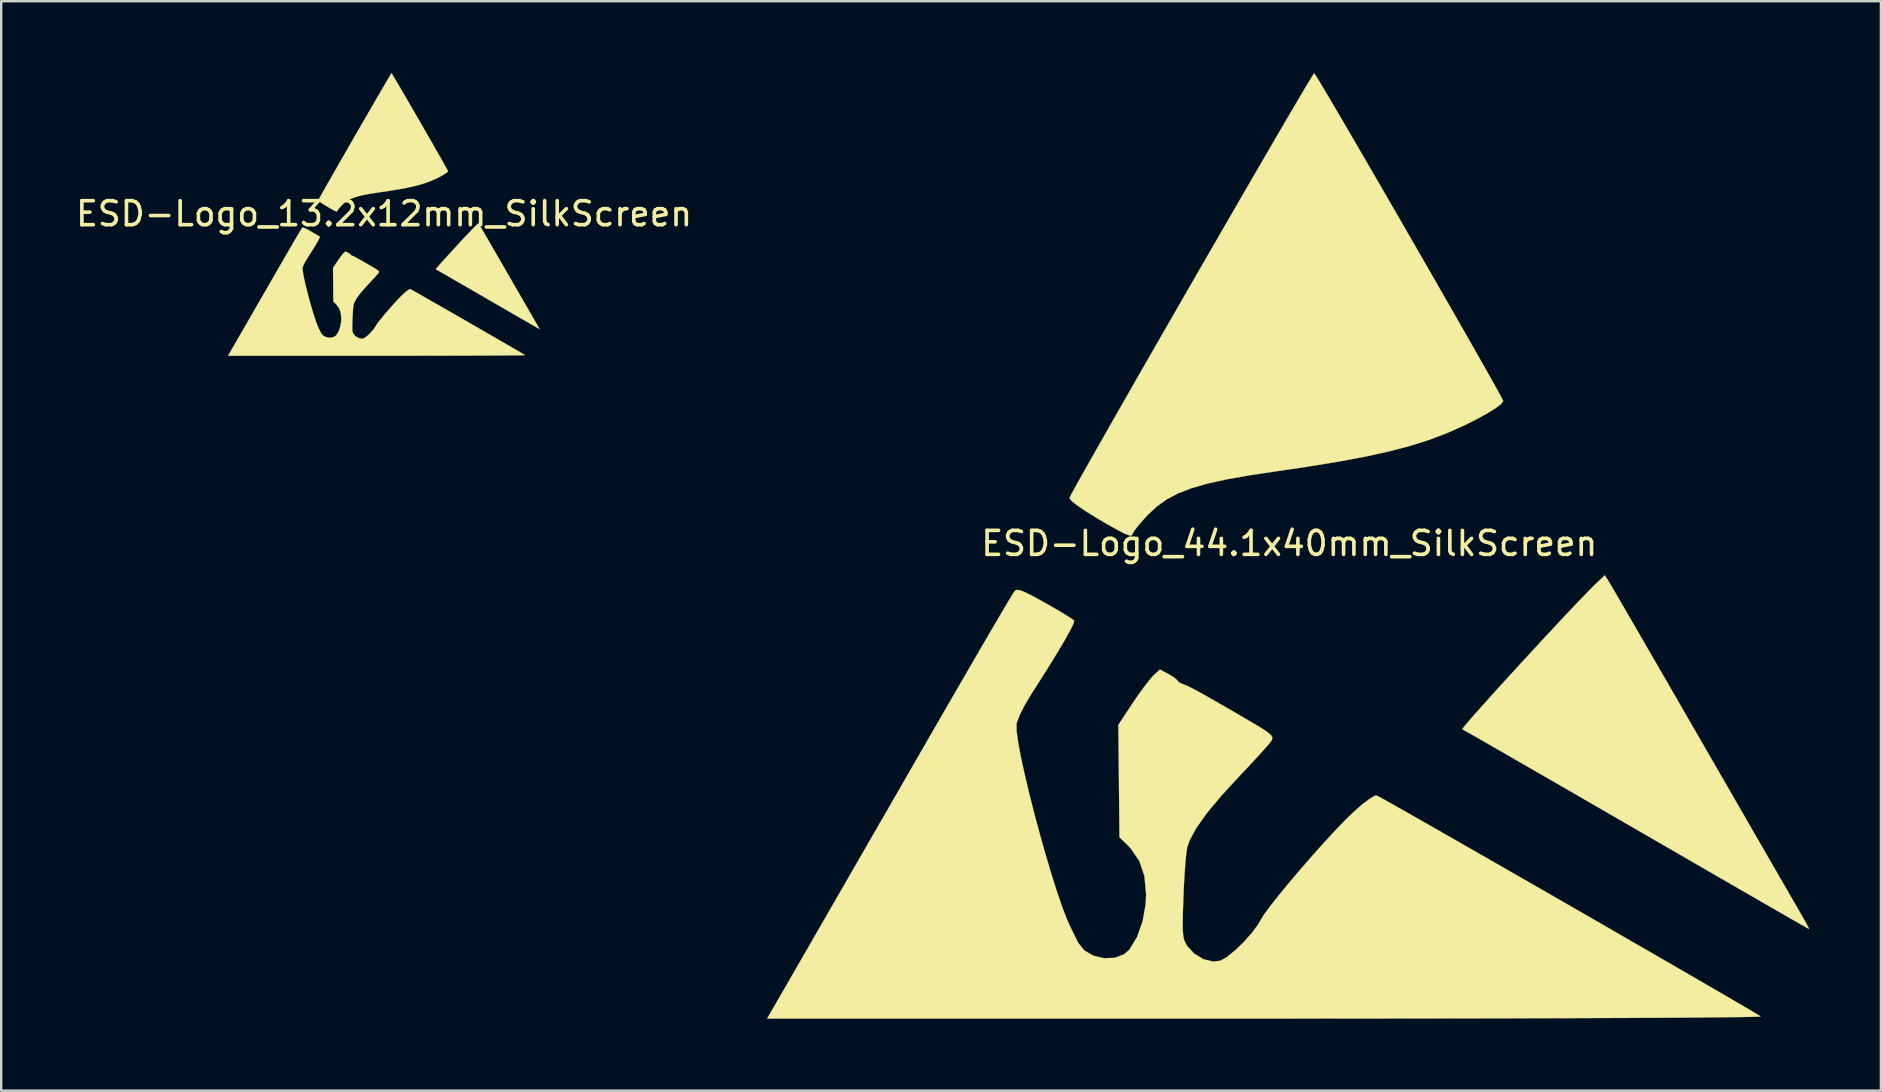
<source format=kicad_pcb>
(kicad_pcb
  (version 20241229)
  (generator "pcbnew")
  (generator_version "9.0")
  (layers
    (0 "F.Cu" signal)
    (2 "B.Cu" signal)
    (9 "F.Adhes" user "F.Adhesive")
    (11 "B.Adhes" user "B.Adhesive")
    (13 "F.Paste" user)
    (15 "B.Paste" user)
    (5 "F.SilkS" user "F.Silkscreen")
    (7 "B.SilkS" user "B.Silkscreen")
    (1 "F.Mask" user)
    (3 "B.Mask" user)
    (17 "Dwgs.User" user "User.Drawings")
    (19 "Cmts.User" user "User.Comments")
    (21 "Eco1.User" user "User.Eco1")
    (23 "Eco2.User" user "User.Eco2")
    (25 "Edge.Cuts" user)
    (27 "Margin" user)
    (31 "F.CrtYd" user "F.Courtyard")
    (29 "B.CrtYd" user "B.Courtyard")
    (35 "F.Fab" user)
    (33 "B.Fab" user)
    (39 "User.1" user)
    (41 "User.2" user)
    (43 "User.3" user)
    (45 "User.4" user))
  (footprint "ESD-Logo_13.2x12mm_SilkScreen"
    (layer "F.Cu")
    (at 12.958 5.859)
    (property "Reference" "ESD-Logo_13.2x12mm_SilkScreen" (at 0 0 0) (layer "F.SilkS") (effects (font (size 1 1) (thickness 0.15))))
    (attr board_only exclude_from_pos_files exclude_from_bom allow_missing_courtyard)
    (fp_poly (pts (xy 3.975 0.469) (xy 3.998 0.507) (xy 4.049 0.595) (xy 4.126 0.727) (xy 4.226 0.9) (xy 4.348 1.109) (xy 4.487 1.35) (xy 4.642 1.619) (xy 4.811 1.91) (xy 4.99 2.221) (xy 5.174 2.54) (xy 5.362 2.866) (xy 5.543 3.179) (xy 5.713 3.475) (xy 5.871 3.748) (xy 6.014 3.995) (xy 6.138 4.211) (xy 6.242 4.391) (xy 6.322 4.53) (xy 6.377 4.625) (xy 6.403 4.67) (xy 6.445 4.745) (xy 6.468 4.792) (xy 6.469 4.8) (xy 6.441 4.784) (xy 6.364 4.74) (xy 6.241 4.67) (xy 6.077 4.575) (xy 5.875 4.459) (xy 5.64 4.324) (xy 5.375 4.171) (xy 5.085 4.003) (xy 4.774 3.824) (xy 4.446 3.634) (xy 4.321 3.561) (xy 3.987 3.368) (xy 3.668 3.184) (xy 3.369 3.011) (xy 3.093 2.852) (xy 2.844 2.709) (xy 2.628 2.584) (xy 2.447 2.48) (xy 2.306 2.399) (xy 2.208 2.344) (xy 2.159 2.317) (xy 2.154 2.314) (xy 2.169 2.29) (xy 2.221 2.228) (xy 2.305 2.131) (xy 2.415 2.007) (xy 2.547 1.861) (xy 2.694 1.699) (xy 2.852 1.526) (xy 3.015 1.349) (xy 3.179 1.172) (xy 3.336 1.003) (xy 3.483 0.847) (xy 3.614 0.709) (xy 3.723 0.595) (xy 3.806 0.512) (xy 3.834 0.485) (xy 3.928 0.396) (xy 3.975 0.469)) (stroke (width 0.01) (type solid)) (fill yes) (layer "F.SilkS"))
    (fp_poly (pts (xy 0.328 -5.828) (xy 0.374 -5.754) (xy 0.445 -5.635) (xy 0.538 -5.478) (xy 0.65 -5.287) (xy 0.778 -5.067) (xy 0.92 -4.825) (xy 1.071 -4.563) (xy 1.231 -4.288) (xy 1.394 -4.005) (xy 1.56 -3.718) (xy 1.724 -3.433) (xy 1.884 -3.155) (xy 2.037 -2.888) (xy 2.179 -2.638) (xy 2.309 -2.411) (xy 2.423 -2.21) (xy 2.519 -2.04) (xy 2.592 -1.908) (xy 2.641 -1.818) (xy 2.663 -1.775) (xy 2.664 -1.773) (xy 2.637 -1.736) (xy 2.562 -1.68) (xy 2.448 -1.611) (xy 2.305 -1.532) (xy 2.154 -1.458) (xy 1.949 -1.368) (xy 1.734 -1.288) (xy 1.5 -1.214) (xy 1.241 -1.146) (xy 0.949 -1.082) (xy 0.617 -1.02) (xy 0.238 -0.958) (xy -0.155 -0.9) (xy -0.496 -0.848) (xy -0.783 -0.798) (xy -1.022 -0.745) (xy -1.221 -0.687) (xy -1.386 -0.623) (xy -1.526 -0.549) (xy -1.647 -0.463) (xy -1.756 -0.362) (xy -1.792 -0.325) (xy -1.868 -0.238) (xy -1.925 -0.167) (xy -1.951 -0.125) (xy -1.951 -0.121) (xy -1.961 -0.1) (xy -1.992 -0.1) (xy -2.053 -0.123) (xy -2.15 -0.173) (xy -2.289 -0.252) (xy -2.385 -0.309) (xy -2.529 -0.398) (xy -2.641 -0.473) (xy -2.713 -0.531) (xy -2.738 -0.565) (xy -2.738 -0.565) (xy -2.722 -0.598) (xy -2.678 -0.679) (xy -2.608 -0.805) (xy -2.515 -0.97) (xy -2.401 -1.172) (xy -2.269 -1.404) (xy -2.122 -1.663) (xy -1.961 -1.944) (xy -1.79 -2.243) (xy -1.61 -2.555) (xy -1.426 -2.877) (xy -1.238 -3.203) (xy -1.05 -3.529) (xy -0.864 -3.85) (xy -0.683 -4.163) (xy -0.51 -4.463) (xy -0.346 -4.745) (xy -0.195 -5.005) (xy -0.058 -5.238) (xy 0.06 -5.441) (xy 0.159 -5.608) (xy 0.235 -5.736) (xy 0.286 -5.819) (xy 0.309 -5.854) (xy 0.31 -5.854) (xy 0.328 -5.828)) (stroke (width 0.01) (type solid)) (fill yes) (layer "F.SilkS"))
    (fp_poly (pts (xy -3.356 0.582) (xy -3.291 0.607) (xy -3.192 0.657) (xy -3.049 0.736) (xy -3.038 0.742) (xy -2.907 0.817) (xy -2.796 0.883) (xy -2.717 0.932) (xy -2.68 0.96) (xy -2.679 0.961) (xy -2.688 0.999) (xy -2.729 1.083) (xy -2.8 1.21) (xy -2.897 1.374) (xy -3.019 1.57) (xy -3.162 1.795) (xy -3.197 1.85) (xy -3.29 2.003) (xy -3.357 2.135) (xy -3.394 2.234) (xy -3.397 2.253) (xy -3.396 2.339) (xy -3.377 2.474) (xy -3.344 2.652) (xy -3.299 2.862) (xy -3.243 3.096) (xy -3.18 3.345) (xy -3.112 3.601) (xy -3.04 3.855) (xy -2.968 4.098) (xy -2.898 4.322) (xy -2.831 4.518) (xy -2.771 4.676) (xy -2.729 4.77) (xy -2.679 4.87) (xy -2.633 4.966) (xy -2.63 4.972) (xy -2.553 5.068) (xy -2.44 5.134) (xy -2.308 5.165) (xy -2.175 5.16) (xy -2.058 5.116) (xy -1.991 5.059) (xy -1.896 4.901) (xy -1.827 4.705) (xy -1.788 4.49) (xy -1.783 4.368) (xy -1.805 4.14) (xy -1.869 3.951) (xy -1.979 3.793) (xy -2.013 3.757) (xy -2.115 3.658) (xy -2.129 2.259) (xy -1.95 1.989) (xy -1.867 1.867) (xy -1.786 1.757) (xy -1.72 1.675) (xy -1.692 1.644) (xy -1.611 1.57) (xy -1.503 1.628) (xy -1.434 1.67) (xy -1.396 1.703) (xy -1.394 1.709) (xy -1.368 1.733) (xy -1.324 1.752) (xy -1.282 1.769) (xy -1.217 1.8) (xy -1.123 1.85) (xy -0.996 1.921) (xy -0.83 2.016) (xy -0.619 2.139) (xy -0.504 2.206) (xy -0.369 2.286) (xy -0.28 2.343) (xy -0.23 2.384) (xy -0.211 2.415) (xy -0.215 2.443) (xy -0.218 2.45) (xy -0.249 2.491) (xy -0.316 2.567) (xy -0.41 2.671) (xy -0.524 2.794) (xy -0.623 2.898) (xy -0.85 3.145) (xy -1.028 3.359) (xy -1.158 3.542) (xy -1.241 3.697) (xy -1.27 3.776) (xy -1.281 3.844) (xy -1.293 3.962) (xy -1.305 4.114) (xy -1.314 4.288) (xy -1.319 4.399) (xy -1.325 4.589) (xy -1.328 4.728) (xy -1.326 4.827) (xy -1.32 4.896) (xy -1.307 4.945) (xy -1.287 4.987) (xy -1.272 5.012) (xy -1.183 5.109) (xy -1.069 5.177) (xy -0.949 5.207) (xy -0.858 5.196) (xy -0.777 5.15) (xy -0.675 5.067) (xy -0.566 4.962) (xy -0.465 4.849) (xy -0.387 4.743) (xy -0.358 4.692) (xy -0.315 4.622) (xy -0.236 4.515) (xy -0.13 4.38) (xy -0.002 4.224) (xy 0.139 4.058) (xy 0.288 3.887) (xy 0.435 3.722) (xy 0.575 3.571) (xy 0.7 3.441) (xy 0.799 3.345) (xy 0.908 3.25) (xy 0.999 3.18) (xy 1.064 3.142) (xy 1.085 3.138) (xy 1.118 3.155) (xy 1.199 3.2) (xy 1.325 3.27) (xy 1.49 3.364) (xy 1.691 3.478) (xy 1.921 3.609) (xy 2.176 3.755) (xy 2.452 3.914) (xy 2.744 4.081) (xy 3.048 4.255) (xy 3.358 4.433) (xy 3.669 4.613) (xy 3.978 4.79) (xy 4.279 4.964) (xy 4.568 5.131) (xy 4.839 5.288) (xy 5.089 5.433) (xy 5.313 5.562) (xy 5.505 5.674) (xy 5.662 5.766) (xy 5.777 5.834) (xy 5.848 5.877) (xy 5.868 5.89) (xy 5.841 5.893) (xy 5.754 5.895) (xy 5.611 5.898) (xy 5.415 5.9) (xy 5.169 5.902) (xy 4.875 5.904) (xy 4.536 5.906) (xy 4.156 5.908) (xy 3.736 5.91) (xy 3.281 5.911) (xy 2.792 5.913) (xy 2.274 5.914) (xy 1.728 5.915) (xy 1.157 5.916) (xy 0.565 5.916) (xy -0.046 5.916) (xy -0.302 5.916) (xy -6.502 5.916) (xy -6.06 5.15) (xy -5.966 4.987) (xy -5.846 4.778) (xy -5.702 4.53) (xy -5.54 4.248) (xy -5.363 3.941) (xy -5.176 3.615) (xy -4.981 3.278) (xy -4.784 2.935) (xy -4.588 2.595) (xy -4.538 2.509) (xy -4.358 2.196) (xy -4.185 1.898) (xy -4.024 1.619) (xy -3.876 1.365) (xy -3.745 1.139) (xy -3.632 0.946) (xy -3.54 0.79) (xy -3.473 0.677) (xy -3.432 0.609) (xy -3.42 0.592) (xy -3.396 0.578) (xy -3.356 0.582)) (stroke (width 0.01) (type solid)) (fill yes) (layer "F.SilkS")))
  (footprint "ESD-Logo_44.1x40mm_SilkScreen"
    (layer "F.Cu")
    (at 50.684 19.599)
    (property "Reference" "ESD-Logo_44.1x40mm_SilkScreen" (at 0 0 0) (layer "F.SilkS") (effects (font (size 1 1) (thickness 0.15))))
    (attr board_only exclude_from_pos_files exclude_from_bom allow_missing_courtyard)
    (fp_poly (pts (xy 13.304 1.571) (xy 13.38 1.698) (xy 13.552 1.991) (xy 13.809 2.434) (xy 14.145 3.013) (xy 14.551 3.713) (xy 15.018 4.52) (xy 15.537 5.418) (xy 16.101 6.394) (xy 16.7 7.432) (xy 17.317 8.501) (xy 17.947 9.593) (xy 18.551 10.641) (xy 19.122 11.631) (xy 19.65 12.546) (xy 20.127 13.372) (xy 20.543 14.094) (xy 20.891 14.696) (xy 21.161 15.163) (xy 21.344 15.48) (xy 21.43 15.629) (xy 21.571 15.88) (xy 21.648 16.037) (xy 21.652 16.065) (xy 21.559 16.013) (xy 21.3 15.866) (xy 20.888 15.63) (xy 20.338 15.314) (xy 19.663 14.925) (xy 18.875 14.471) (xy 17.99 13.96) (xy 17.02 13.399) (xy 15.979 12.797) (xy 14.88 12.162) (xy 14.462 11.92) (xy 13.344 11.273) (xy 12.277 10.656) (xy 11.275 10.077) (xy 10.351 9.545) (xy 9.52 9.066) (xy 8.795 8.648) (xy 8.189 8.3) (xy 7.717 8.03) (xy 7.391 7.845) (xy 7.227 7.753) (xy 7.21 7.745) (xy 7.26 7.666) (xy 7.434 7.456) (xy 7.715 7.133) (xy 8.085 6.717) (xy 8.525 6.228) (xy 9.018 5.685) (xy 9.547 5.107) (xy 10.093 4.513) (xy 10.638 3.924) (xy 11.166 3.358) (xy 11.657 2.834) (xy 12.095 2.373) (xy 12.461 1.993) (xy 12.738 1.714) (xy 12.833 1.622) (xy 13.148 1.327) (xy 13.304 1.571)) (stroke (width 0.01) (type solid)) (fill yes) (layer "F.SilkS"))
    (fp_poly (pts (xy 1.098 -19.507) (xy 1.252 -19.257) (xy 1.49 -18.86) (xy 1.801 -18.334) (xy 2.175 -17.695) (xy 2.604 -16.961) (xy 3.078 -16.147) (xy 3.586 -15.272) (xy 4.119 -14.352) (xy 4.667 -13.404) (xy 5.22 -12.444) (xy 5.77 -11.49) (xy 6.305 -10.559) (xy 6.816 -9.667) (xy 7.294 -8.831) (xy 7.729 -8.068) (xy 8.111 -7.395) (xy 8.43 -6.829) (xy 8.676 -6.387) (xy 8.841 -6.086) (xy 8.913 -5.942) (xy 8.916 -5.933) (xy 8.826 -5.811) (xy 8.576 -5.624) (xy 8.195 -5.39) (xy 7.713 -5.129) (xy 7.209 -4.881) (xy 6.524 -4.58) (xy 5.802 -4.309) (xy 5.021 -4.063) (xy 4.154 -3.836) (xy 3.178 -3.621) (xy 2.067 -3.413) (xy 0.796 -3.205) (xy -0.519 -3.011) (xy -1.661 -2.84) (xy -2.62 -2.67) (xy -3.421 -2.493) (xy -4.086 -2.301) (xy -4.64 -2.085) (xy -5.108 -1.838) (xy -5.512 -1.55) (xy -5.878 -1.212) (xy -5.996 -1.087) (xy -6.252 -0.796) (xy -6.441 -0.558) (xy -6.529 -0.418) (xy -6.531 -0.406) (xy -6.562 -0.336) (xy -6.669 -0.335) (xy -6.873 -0.413) (xy -7.196 -0.58) (xy -7.66 -0.844) (xy -7.983 -1.034) (xy -8.464 -1.33) (xy -8.838 -1.585) (xy -9.079 -1.778) (xy -9.163 -1.892) (xy -9.163 -1.893) (xy -9.111 -2.001) (xy -8.964 -2.273) (xy -8.73 -2.694) (xy -8.418 -3.248) (xy -8.037 -3.921) (xy -7.595 -4.699) (xy -7.101 -5.565) (xy -6.563 -6.507) (xy -5.99 -7.507) (xy -5.389 -8.553) (xy -4.771 -9.628) (xy -4.143 -10.719) (xy -3.514 -11.81) (xy -2.893 -12.886) (xy -2.287 -13.934) (xy -1.706 -14.936) (xy -1.158 -15.881) (xy -0.652 -16.751) (xy -0.196 -17.532) (xy 0.202 -18.21) (xy 0.532 -18.77) (xy 0.787 -19.197) (xy 0.957 -19.476) (xy 1.034 -19.592) (xy 1.037 -19.594) (xy 1.098 -19.507)) (stroke (width 0.01) (type solid)) (fill yes) (layer "F.SilkS"))
    (fp_poly (pts (xy -11.232 1.949) (xy -11.014 2.033) (xy -10.682 2.2) (xy -10.206 2.463) (xy -10.169 2.483) (xy -9.73 2.734) (xy -9.359 2.954) (xy -9.094 3.121) (xy -8.97 3.212) (xy -8.966 3.216) (xy -8.996 3.343) (xy -9.134 3.625) (xy -9.37 4.049) (xy -9.696 4.597) (xy -10.103 5.256) (xy -10.581 6.008) (xy -10.701 6.193) (xy -11.011 6.705) (xy -11.237 7.146) (xy -11.358 7.476) (xy -11.371 7.541) (xy -11.365 7.827) (xy -11.303 8.282) (xy -11.192 8.875) (xy -11.04 9.578) (xy -10.855 10.361) (xy -10.644 11.196) (xy -10.415 12.053) (xy -10.176 12.903) (xy -9.935 13.717) (xy -9.699 14.466) (xy -9.476 15.12) (xy -9.274 15.651) (xy -9.133 15.966) (xy -8.968 16.301) (xy -8.811 16.622) (xy -8.802 16.64) (xy -8.543 16.964) (xy -8.165 17.182) (xy -7.725 17.287) (xy -7.28 17.27) (xy -6.887 17.124) (xy -6.665 16.931) (xy -6.347 16.404) (xy -6.113 15.747) (xy -5.985 15.026) (xy -5.967 14.618) (xy -6.04 13.856) (xy -6.255 13.225) (xy -6.622 12.694) (xy -6.737 12.576) (xy -7.078 12.245) (xy -7.101 9.903) (xy -7.125 7.561) (xy -6.528 6.657) (xy -6.248 6.248) (xy -5.978 5.881) (xy -5.757 5.605) (xy -5.662 5.504) (xy -5.393 5.253) (xy -5.029 5.449) (xy -4.799 5.59) (xy -4.673 5.699) (xy -4.665 5.719) (xy -4.579 5.802) (xy -4.432 5.864) (xy -4.29 5.919) (xy -4.072 6.025) (xy -3.76 6.192) (xy -3.335 6.43) (xy -2.778 6.748) (xy -2.071 7.159) (xy -1.686 7.383) (xy -1.234 7.652) (xy -0.938 7.843) (xy -0.771 7.979) (xy -0.707 8.083) (xy -0.72 8.177) (xy -0.73 8.199) (xy -0.834 8.336) (xy -1.057 8.593) (xy -1.372 8.941) (xy -1.754 9.352) (xy -2.084 9.7) (xy -2.845 10.527) (xy -3.44 11.243) (xy -3.875 11.856) (xy -4.155 12.374) (xy -4.249 12.637) (xy -4.288 12.867) (xy -4.328 13.26) (xy -4.366 13.77) (xy -4.399 14.353) (xy -4.414 14.722) (xy -4.435 15.359) (xy -4.444 15.825) (xy -4.439 16.155) (xy -4.416 16.386) (xy -4.374 16.552) (xy -4.308 16.691) (xy -4.257 16.775) (xy -3.96 17.101) (xy -3.577 17.328) (xy -3.175 17.427) (xy -2.873 17.391) (xy -2.6 17.236) (xy -2.258 16.959) (xy -1.894 16.607) (xy -1.557 16.229) (xy -1.295 15.875) (xy -1.199 15.703) (xy -1.054 15.468) (xy -0.792 15.111) (xy -0.434 14.658) (xy -0.007 14.139) (xy 0.467 13.58) (xy 0.963 13.011) (xy 1.457 12.458) (xy 1.925 11.951) (xy 2.344 11.516) (xy 2.673 11.197) (xy 3.038 10.878) (xy 3.345 10.643) (xy 3.56 10.516) (xy 3.631 10.502) (xy 3.741 10.558) (xy 4.014 10.709) (xy 4.435 10.946) (xy 4.989 11.259) (xy 5.658 11.641) (xy 6.429 12.08) (xy 7.284 12.569) (xy 8.208 13.098) (xy 9.186 13.659) (xy 10.201 14.242) (xy 11.238 14.838) (xy 12.281 15.438) (xy 13.314 16.033) (xy 14.321 16.615) (xy 15.288 17.173) (xy 16.197 17.698) (xy 17.034 18.183) (xy 17.782 18.617) (xy 18.425 18.992) (xy 18.949 19.298) (xy 19.337 19.527) (xy 19.573 19.669) (xy 19.641 19.713) (xy 19.549 19.722) (xy 19.259 19.731) (xy 18.781 19.739) (xy 18.125 19.747) (xy 17.3 19.754) (xy 16.316 19.762) (xy 15.182 19.768) (xy 13.909 19.775) (xy 12.505 19.78) (xy 10.981 19.785) (xy 9.346 19.79) (xy 7.61 19.794) (xy 5.782 19.797) (xy 3.873 19.799) (xy 1.891 19.801) (xy -0.153 19.802) (xy -1.011 19.802) (xy -21.762 19.802) (xy -20.282 17.236) (xy -19.969 16.692) (xy -19.566 15.993) (xy -19.086 15.16) (xy -18.543 14.218) (xy -17.951 13.19) (xy -17.322 12.1) (xy -16.671 10.97) (xy -16.011 9.824) (xy -15.355 8.685) (xy -15.19 8.398) (xy -14.585 7.349) (xy -14.008 6.351) (xy -13.468 5.419) (xy -12.974 4.568) (xy -12.534 3.812) (xy -12.156 3.166) (xy -11.849 2.645) (xy -11.623 2.265) (xy -11.485 2.039) (xy -11.447 1.982) (xy -11.366 1.936) (xy -11.232 1.949)) (stroke (width 0.01) (type solid)) (fill yes) (layer "F.SilkS")))
  (gr_rect
    (start -3 -3)
    (end 75.34 42.406)
    (stroke (width 0.1) (type default))
    (fill no)
    (layer "Edge.Cuts")))
</source>
